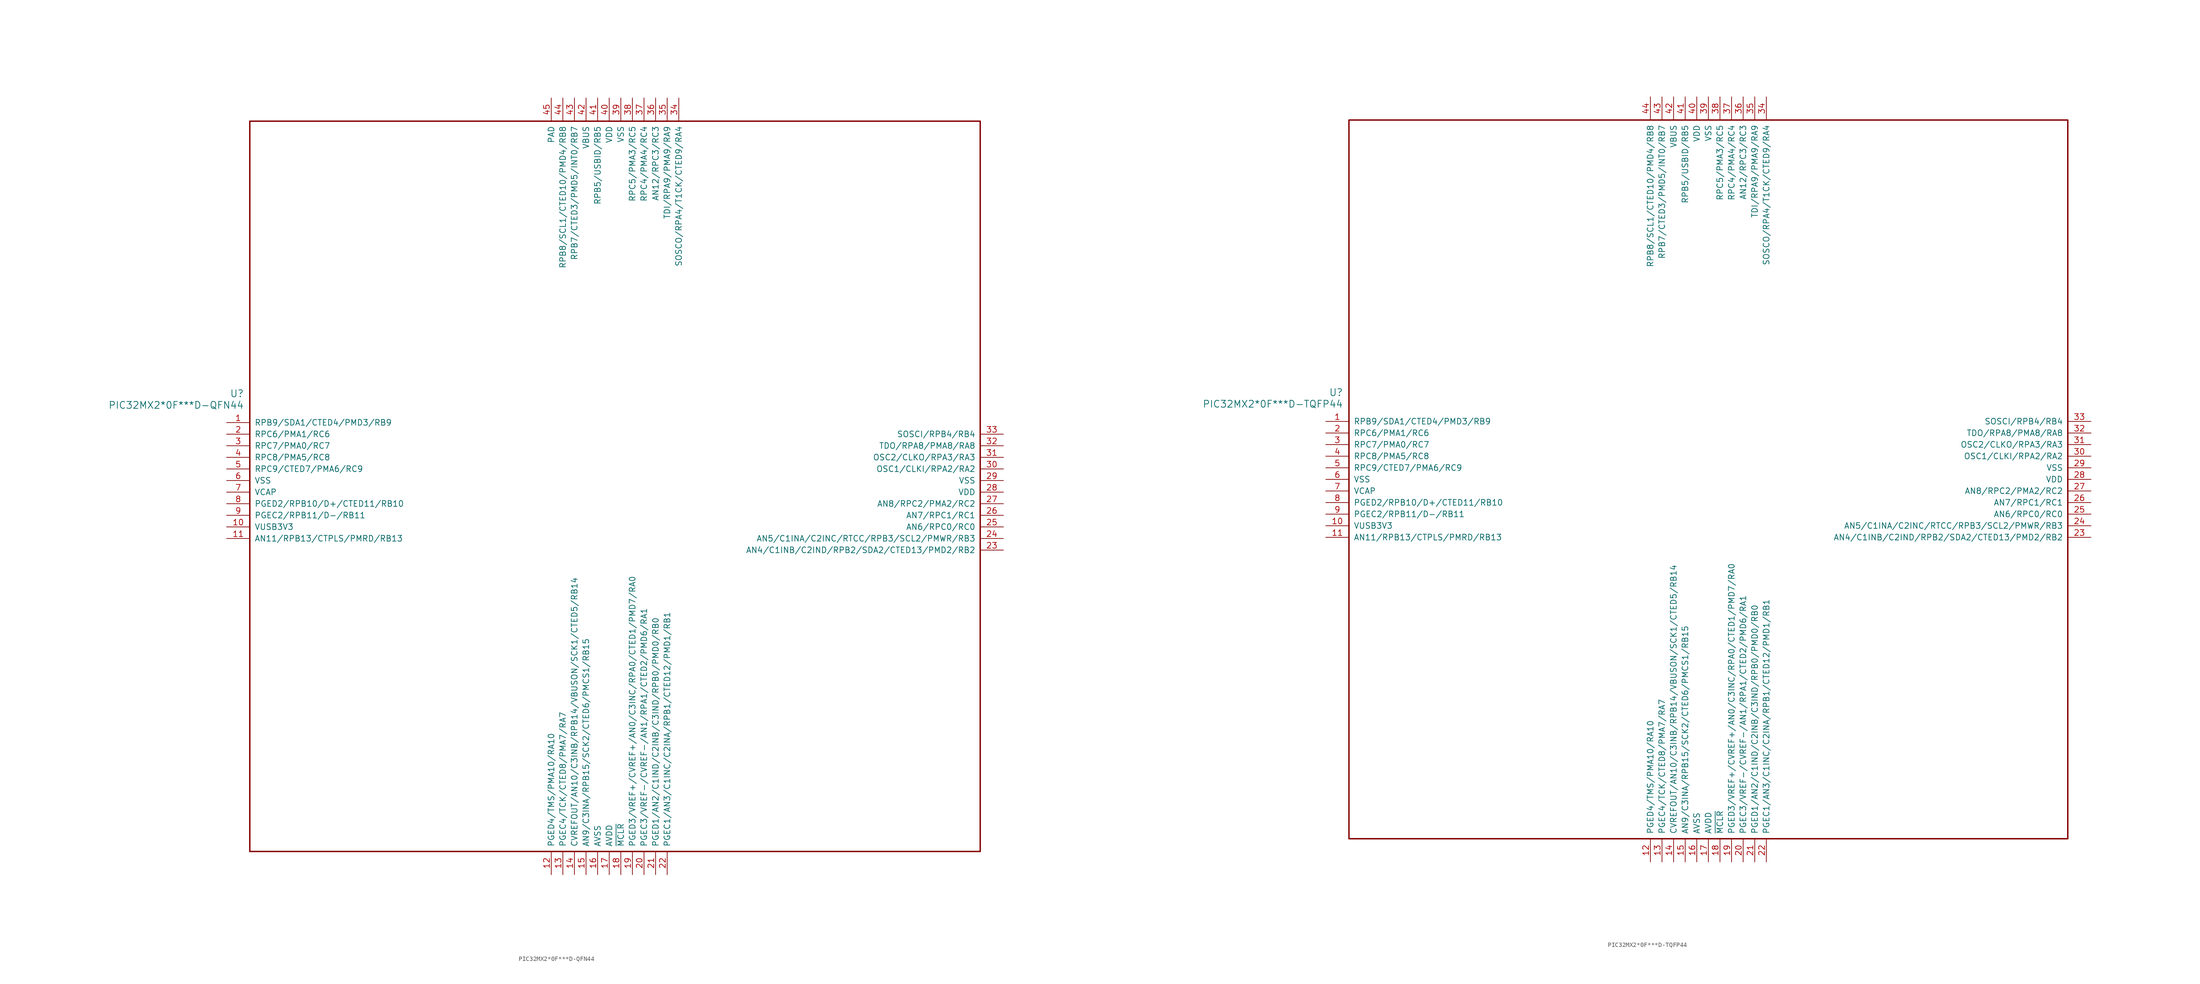
<source format=kicad_sym>
(kicad_symbol_lib
  (version 20241209)
  (generator "kicad_symbol_editor")
  (generator_version "9.0")
  (symbol "PIC32MX2*0F***D-QFN44"
    (pin_names
      (offset 1.016))
    (property "Reference" "U"
      (at 3.81 6.35 0)
      (effects (font (size 1.524 1.524)) (justify right)))
    (property "Value" "PIC32MX2*0F***D-QFN44"
      (at 3.81 3.81 0)
      (effects (font (size 1.524 1.524)) (justify right)))
    (property "ki_locked" ""
      (at 0 0 0)
      (effects (font (size 1.27 1.27))))
    (symbol "PIC32MX2*0F***D-QFN44_1_1"
      (rectangle (start 5.08 66.04) (end 165.1 -93.98) (stroke (width 0.305) (type solid)) (fill (type none)))
      (pin bidirectional line (at 0 0 0) (length 5.08) (name "RPB9/SDA1/CTED4/PMD3/RB9" (effects (font (size 1.27 1.27)))) (number "1" (effects (font (size 1.27 1.27)))))
      (pin bidirectional line (at 0 -2.54 0) (length 5.08) (name "RPC6/PMA1/RC6" (effects (font (size 1.27 1.27)))) (number "2" (effects (font (size 1.27 1.27)))))
      (pin bidirectional line (at 0 -5.08 0) (length 5.08) (name "RPC7/PMA0/RC7" (effects (font (size 1.27 1.27)))) (number "3" (effects (font (size 1.27 1.27)))))
      (pin bidirectional line (at 0 -7.62 0) (length 5.08) (name "RPC8/PMA5/RC8" (effects (font (size 1.27 1.27)))) (number "4" (effects (font (size 1.27 1.27)))))
      (pin bidirectional line (at 0 -10.16 0) (length 5.08) (name "RPC9/CTED7/PMA6/RC9" (effects (font (size 1.27 1.27)))) (number "5" (effects (font (size 1.27 1.27)))))
      (pin power_in line (at 0 -12.7 0) (length 5.08) (name "VSS" (effects (font (size 1.27 1.27)))) (number "6" (effects (font (size 1.27 1.27)))))
      (pin power_out line (at 0 -15.24 0) (length 5.08) (name "VCAP" (effects (font (size 1.27 1.27)))) (number "7" (effects (font (size 1.27 1.27)))))
      (pin bidirectional line (at 0 -17.78 0) (length 5.08) (name "PGED2/RPB10/D+/CTED11/RB10" (effects (font (size 1.27 1.27)))) (number "8" (effects (font (size 1.27 1.27)))))
      (pin bidirectional line (at 0 -20.32 0) (length 5.08) (name "PGEC2/RPB11/D-/RB11" (effects (font (size 1.27 1.27)))) (number "9" (effects (font (size 1.27 1.27)))))
      (pin power_in line (at 0 -22.86 0) (length 5.08) (name "VUSB3V3" (effects (font (size 1.27 1.27)))) (number "10" (effects (font (size 1.27 1.27)))))
      (pin bidirectional line (at 0 -25.4 0) (length 5.08) (name "AN11/RPB13/CTPLS/PMRD/RB13" (effects (font (size 1.27 1.27)))) (number "11" (effects (font (size 1.27 1.27)))))
      (pin power_in line (at 71.12 71.12 270) (length 5.08) (name "PAD" (effects (font (size 1.27 1.27)))) (number "45" (effects (font (size 1.27 1.27)))))
      (pin bidirectional line (at 71.12 -99.06 90) (length 5.08) (name "PGED4/TMS/PMA10/RA10" (effects (font (size 1.27 1.27)))) (number "12" (effects (font (size 1.27 1.27)))))
      (pin bidirectional line (at 73.66 71.12 270) (length 5.08) (name "RPB8/SCL1/CTED10/PMD4/RB8" (effects (font (size 1.27 1.27)))) (number "44" (effects (font (size 1.27 1.27)))))
      (pin bidirectional line (at 73.66 -99.06 90) (length 5.08) (name "PGEC4/TCK/CTED8/PMA7/RA7" (effects (font (size 1.27 1.27)))) (number "13" (effects (font (size 1.27 1.27)))))
      (pin bidirectional line (at 76.2 71.12 270) (length 5.08) (name "RPB7/CTED3/PMD5/INT0/RB7" (effects (font (size 1.27 1.27)))) (number "43" (effects (font (size 1.27 1.27)))))
      (pin bidirectional line (at 76.2 -99.06 90) (length 5.08) (name "CVREFOUT/AN10/C3INB/RPB14/VBUSON/SCK1/CTED5/RB14" (effects (font (size 1.27 1.27)))) (number "14" (effects (font (size 1.27 1.27)))))
      (pin input line (at 78.74 71.12 270) (length 5.08) (name "VBUS" (effects (font (size 1.27 1.27)))) (number "42" (effects (font (size 1.27 1.27)))))
      (pin bidirectional line (at 78.74 -99.06 90) (length 5.08) (name "AN9/C3INA/RPB15/SCK2/CTED6/PMCS1/RB15" (effects (font (size 1.27 1.27)))) (number "15" (effects (font (size 1.27 1.27)))))
      (pin bidirectional line (at 81.28 71.12 270) (length 5.08) (name "RPB5/USBID/RB5" (effects (font (size 1.27 1.27)))) (number "41" (effects (font (size 1.27 1.27)))))
      (pin power_in line (at 81.28 -99.06 90) (length 5.08) (name "AVSS" (effects (font (size 1.27 1.27)))) (number "16" (effects (font (size 1.27 1.27)))))
      (pin power_in line (at 83.82 71.12 270) (length 5.08) (name "VDD" (effects (font (size 1.27 1.27)))) (number "40" (effects (font (size 1.27 1.27)))))
      (pin power_in line (at 83.82 -99.06 90) (length 5.08) (name "AVDD" (effects (font (size 1.27 1.27)))) (number "17" (effects (font (size 1.27 1.27)))))
      (pin power_in line (at 86.36 71.12 270) (length 5.08) (name "VSS" (effects (font (size 1.27 1.27)))) (number "39" (effects (font (size 1.27 1.27)))))
      (pin input line (at 86.36 -99.06 90) (length 5.08) (name "~{MCLR}" (effects (font (size 1.27 1.27)))) (number "18" (effects (font (size 1.27 1.27)))))
      (pin bidirectional line (at 88.9 71.12 270) (length 5.08) (name "RPC5/PMA3/RC5" (effects (font (size 1.27 1.27)))) (number "38" (effects (font (size 1.27 1.27)))))
      (pin bidirectional line (at 88.9 -99.06 90) (length 5.08) (name "PGED3/VREF+/CVREF+/AN0/C3INC/RPA0/CTED1/PMD7/RA0" (effects (font (size 1.27 1.27)))) (number "19" (effects (font (size 1.27 1.27)))))
      (pin bidirectional line (at 91.44 71.12 270) (length 5.08) (name "RPC4/PMA4/RC4" (effects (font (size 1.27 1.27)))) (number "37" (effects (font (size 1.27 1.27)))))
      (pin bidirectional line (at 91.44 -99.06 90) (length 5.08) (name "PGEC3/VREF-/CVREF-/AN1/RPA1/CTED2/PMD6/RA1" (effects (font (size 1.27 1.27)))) (number "20" (effects (font (size 1.27 1.27)))))
      (pin bidirectional line (at 93.98 71.12 270) (length 5.08) (name "AN12/RPC3/RC3" (effects (font (size 1.27 1.27)))) (number "36" (effects (font (size 1.27 1.27)))))
      (pin bidirectional line (at 93.98 -99.06 90) (length 5.08) (name "PGED1/AN2/C1IND/C2INB/C3IND/RPB0/PMD0/RB0" (effects (font (size 1.27 1.27)))) (number "21" (effects (font (size 1.27 1.27)))))
      (pin bidirectional line (at 96.52 71.12 270) (length 5.08) (name "TDI/RPA9/PMA9/RA9" (effects (font (size 1.27 1.27)))) (number "35" (effects (font (size 1.27 1.27)))))
      (pin bidirectional line (at 96.52 -99.06 90) (length 5.08) (name "PGEC1/AN3/C1INC/C2INA/RPB1/CTED12/PMD1/RB1" (effects (font (size 1.27 1.27)))) (number "22" (effects (font (size 1.27 1.27)))))
      (pin bidirectional line (at 99.06 71.12 270) (length 5.08) (name "SOSCO/RPA4/T1CK/CTED9/RA4" (effects (font (size 1.27 1.27)))) (number "34" (effects (font (size 1.27 1.27)))))
      (pin bidirectional line (at 170.18 -2.54 180) (length 5.08) (name "SOSCI/RPB4/RB4" (effects (font (size 1.27 1.27)))) (number "33" (effects (font (size 1.27 1.27)))))
      (pin bidirectional line (at 170.18 -5.08 180) (length 5.08) (name "TDO/RPA8/PMA8/RA8" (effects (font (size 1.27 1.27)))) (number "32" (effects (font (size 1.27 1.27)))))
      (pin bidirectional line (at 170.18 -7.62 180) (length 5.08) (name "OSC2/CLKO/RPA3/RA3" (effects (font (size 1.27 1.27)))) (number "31" (effects (font (size 1.27 1.27)))))
      (pin bidirectional line (at 170.18 -10.16 180) (length 5.08) (name "OSC1/CLKI/RPA2/RA2" (effects (font (size 1.27 1.27)))) (number "30" (effects (font (size 1.27 1.27)))))
      (pin power_in line (at 170.18 -12.7 180) (length 5.08) (name "VSS" (effects (font (size 1.27 1.27)))) (number "29" (effects (font (size 1.27 1.27)))))
      (pin power_in line (at 170.18 -15.24 180) (length 5.08) (name "VDD" (effects (font (size 1.27 1.27)))) (number "28" (effects (font (size 1.27 1.27)))))
      (pin bidirectional line (at 170.18 -17.78 180) (length 5.08) (name "AN8/RPC2/PMA2/RC2" (effects (font (size 1.27 1.27)))) (number "27" (effects (font (size 1.27 1.27)))))
      (pin bidirectional line (at 170.18 -20.32 180) (length 5.08) (name "AN7/RPC1/RC1" (effects (font (size 1.27 1.27)))) (number "26" (effects (font (size 1.27 1.27)))))
      (pin bidirectional line (at 170.18 -22.86 180) (length 5.08) (name "AN6/RPC0/RC0" (effects (font (size 1.27 1.27)))) (number "25" (effects (font (size 1.27 1.27)))))
      (pin bidirectional line (at 170.18 -25.4 180) (length 5.08) (name "AN5/C1INA/C2INC/RTCC/RPB3/SCL2/PMWR/RB3" (effects (font (size 1.27 1.27)))) (number "24" (effects (font (size 1.27 1.27)))))
      (pin bidirectional line (at 170.18 -27.94 180) (length 5.08) (name "AN4/C1INB/C2IND/RPB2/SDA2/CTED13/PMD2/RB2" (effects (font (size 1.27 1.27)))) (number "23" (effects (font (size 1.27 1.27)))))))
  (symbol "PIC32MX2*0F***D-TQFP44"
    (pin_names
      (offset 1.016))
    (property "Reference" "U"
      (at 3.81 6.35 0)
      (effects (font (size 1.524 1.524)) (justify right)))
    (property "Value" "PIC32MX2*0F***D-TQFP44"
      (at 3.81 3.81 0)
      (effects (font (size 1.524 1.524)) (justify right)))
    (property "ki_locked" ""
      (at 0 0 0)
      (effects (font (size 1.27 1.27))))
    (symbol "PIC32MX2*0F***D-TQFP44_1_1"
      (rectangle (start 5.08 66.04) (end 162.56 -91.44) (stroke (width 0.305) (type solid)) (fill (type none)))
      (pin bidirectional line (at 0 0 0) (length 5.08) (name "RPB9/SDA1/CTED4/PMD3/RB9" (effects (font (size 1.27 1.27)))) (number "1" (effects (font (size 1.27 1.27)))))
      (pin bidirectional line (at 0 -2.54 0) (length 5.08) (name "RPC6/PMA1/RC6" (effects (font (size 1.27 1.27)))) (number "2" (effects (font (size 1.27 1.27)))))
      (pin bidirectional line (at 0 -5.08 0) (length 5.08) (name "RPC7/PMA0/RC7" (effects (font (size 1.27 1.27)))) (number "3" (effects (font (size 1.27 1.27)))))
      (pin bidirectional line (at 0 -7.62 0) (length 5.08) (name "RPC8/PMA5/RC8" (effects (font (size 1.27 1.27)))) (number "4" (effects (font (size 1.27 1.27)))))
      (pin bidirectional line (at 0 -10.16 0) (length 5.08) (name "RPC9/CTED7/PMA6/RC9" (effects (font (size 1.27 1.27)))) (number "5" (effects (font (size 1.27 1.27)))))
      (pin power_in line (at 0 -12.7 0) (length 5.08) (name "VSS" (effects (font (size 1.27 1.27)))) (number "6" (effects (font (size 1.27 1.27)))))
      (pin power_out line (at 0 -15.24 0) (length 5.08) (name "VCAP" (effects (font (size 1.27 1.27)))) (number "7" (effects (font (size 1.27 1.27)))))
      (pin bidirectional line (at 0 -17.78 0) (length 5.08) (name "PGED2/RPB10/D+/CTED11/RB10" (effects (font (size 1.27 1.27)))) (number "8" (effects (font (size 1.27 1.27)))))
      (pin bidirectional line (at 0 -20.32 0) (length 5.08) (name "PGEC2/RPB11/D-/RB11" (effects (font (size 1.27 1.27)))) (number "9" (effects (font (size 1.27 1.27)))))
      (pin power_in line (at 0 -22.86 0) (length 5.08) (name "VUSB3V3" (effects (font (size 1.27 1.27)))) (number "10" (effects (font (size 1.27 1.27)))))
      (pin bidirectional line (at 0 -25.4 0) (length 5.08) (name "AN11/RPB13/CTPLS/PMRD/RB13" (effects (font (size 1.27 1.27)))) (number "11" (effects (font (size 1.27 1.27)))))
      (pin bidirectional line (at 71.12 71.12 270) (length 5.08) (name "RPB8/SCL1/CTED10/PMD4/RB8" (effects (font (size 1.27 1.27)))) (number "44" (effects (font (size 1.27 1.27)))))
      (pin bidirectional line (at 71.12 -96.52 90) (length 5.08) (name "PGED4/TMS/PMA10/RA10" (effects (font (size 1.27 1.27)))) (number "12" (effects (font (size 1.27 1.27)))))
      (pin bidirectional line (at 73.66 71.12 270) (length 5.08) (name "RPB7/CTED3/PMD5/INT0/RB7" (effects (font (size 1.27 1.27)))) (number "43" (effects (font (size 1.27 1.27)))))
      (pin bidirectional line (at 73.66 -96.52 90) (length 5.08) (name "PGEC4/TCK/CTED8/PMA7/RA7" (effects (font (size 1.27 1.27)))) (number "13" (effects (font (size 1.27 1.27)))))
      (pin input line (at 76.2 71.12 270) (length 5.08) (name "VBUS" (effects (font (size 1.27 1.27)))) (number "42" (effects (font (size 1.27 1.27)))))
      (pin bidirectional line (at 76.2 -96.52 90) (length 5.08) (name "CVREFOUT/AN10/C3INB/RPB14/VBUSON/SCK1/CTED5/RB14" (effects (font (size 1.27 1.27)))) (number "14" (effects (font (size 1.27 1.27)))))
      (pin bidirectional line (at 78.74 71.12 270) (length 5.08) (name "RPB5/USBID/RB5" (effects (font (size 1.27 1.27)))) (number "41" (effects (font (size 1.27 1.27)))))
      (pin bidirectional line (at 78.74 -96.52 90) (length 5.08) (name "AN9/C3INA/RPB15/SCK2/CTED6/PMCS1/RB15" (effects (font (size 1.27 1.27)))) (number "15" (effects (font (size 1.27 1.27)))))
      (pin power_in line (at 81.28 71.12 270) (length 5.08) (name "VDD" (effects (font (size 1.27 1.27)))) (number "40" (effects (font (size 1.27 1.27)))))
      (pin power_in line (at 81.28 -96.52 90) (length 5.08) (name "AVSS" (effects (font (size 1.27 1.27)))) (number "16" (effects (font (size 1.27 1.27)))))
      (pin power_in line (at 83.82 71.12 270) (length 5.08) (name "VSS" (effects (font (size 1.27 1.27)))) (number "39" (effects (font (size 1.27 1.27)))))
      (pin power_in line (at 83.82 -96.52 90) (length 5.08) (name "AVDD" (effects (font (size 1.27 1.27)))) (number "17" (effects (font (size 1.27 1.27)))))
      (pin bidirectional line (at 86.36 71.12 270) (length 5.08) (name "RPC5/PMA3/RC5" (effects (font (size 1.27 1.27)))) (number "38" (effects (font (size 1.27 1.27)))))
      (pin input line (at 86.36 -96.52 90) (length 5.08) (name "~{MCLR}" (effects (font (size 1.27 1.27)))) (number "18" (effects (font (size 1.27 1.27)))))
      (pin bidirectional line (at 88.9 71.12 270) (length 5.08) (name "RPC4/PMA4/RC4" (effects (font (size 1.27 1.27)))) (number "37" (effects (font (size 1.27 1.27)))))
      (pin bidirectional line (at 88.9 -96.52 90) (length 5.08) (name "PGED3/VREF+/CVREF+/AN0/C3INC/RPA0/CTED1/PMD7/RA0" (effects (font (size 1.27 1.27)))) (number "19" (effects (font (size 1.27 1.27)))))
      (pin bidirectional line (at 91.44 71.12 270) (length 5.08) (name "AN12/RPC3/RC3" (effects (font (size 1.27 1.27)))) (number "36" (effects (font (size 1.27 1.27)))))
      (pin bidirectional line (at 91.44 -96.52 90) (length 5.08) (name "PGEC3/VREF-/CVREF-/AN1/RPA1/CTED2/PMD6/RA1" (effects (font (size 1.27 1.27)))) (number "20" (effects (font (size 1.27 1.27)))))
      (pin bidirectional line (at 93.98 71.12 270) (length 5.08) (name "TDI/RPA9/PMA9/RA9" (effects (font (size 1.27 1.27)))) (number "35" (effects (font (size 1.27 1.27)))))
      (pin bidirectional line (at 93.98 -96.52 90) (length 5.08) (name "PGED1/AN2/C1IND/C2INB/C3IND/RPB0/PMD0/RB0" (effects (font (size 1.27 1.27)))) (number "21" (effects (font (size 1.27 1.27)))))
      (pin bidirectional line (at 96.52 71.12 270) (length 5.08) (name "SOSCO/RPA4/T1CK/CTED9/RA4" (effects (font (size 1.27 1.27)))) (number "34" (effects (font (size 1.27 1.27)))))
      (pin bidirectional line (at 96.52 -96.52 90) (length 5.08) (name "PGEC1/AN3/C1INC/C2INA/RPB1/CTED12/PMD1/RB1" (effects (font (size 1.27 1.27)))) (number "22" (effects (font (size 1.27 1.27)))))
      (pin bidirectional line (at 167.64 0 180) (length 5.08) (name "SOSCI/RPB4/RB4" (effects (font (size 1.27 1.27)))) (number "33" (effects (font (size 1.27 1.27)))))
      (pin bidirectional line (at 167.64 -2.54 180) (length 5.08) (name "TDO/RPA8/PMA8/RA8" (effects (font (size 1.27 1.27)))) (number "32" (effects (font (size 1.27 1.27)))))
      (pin bidirectional line (at 167.64 -5.08 180) (length 5.08) (name "OSC2/CLKO/RPA3/RA3" (effects (font (size 1.27 1.27)))) (number "31" (effects (font (size 1.27 1.27)))))
      (pin bidirectional line (at 167.64 -7.62 180) (length 5.08) (name "OSC1/CLKI/RPA2/RA2" (effects (font (size 1.27 1.27)))) (number "30" (effects (font (size 1.27 1.27)))))
      (pin power_in line (at 167.64 -10.16 180) (length 5.08) (name "VSS" (effects (font (size 1.27 1.27)))) (number "29" (effects (font (size 1.27 1.27)))))
      (pin power_in line (at 167.64 -12.7 180) (length 5.08) (name "VDD" (effects (font (size 1.27 1.27)))) (number "28" (effects (font (size 1.27 1.27)))))
      (pin bidirectional line (at 167.64 -15.24 180) (length 5.08) (name "AN8/RPC2/PMA2/RC2" (effects (font (size 1.27 1.27)))) (number "27" (effects (font (size 1.27 1.27)))))
      (pin bidirectional line (at 167.64 -17.78 180) (length 5.08) (name "AN7/RPC1/RC1" (effects (font (size 1.27 1.27)))) (number "26" (effects (font (size 1.27 1.27)))))
      (pin bidirectional line (at 167.64 -20.32 180) (length 5.08) (name "AN6/RPC0/RC0" (effects (font (size 1.27 1.27)))) (number "25" (effects (font (size 1.27 1.27)))))
      (pin bidirectional line (at 167.64 -22.86 180) (length 5.08) (name "AN5/C1INA/C2INC/RTCC/RPB3/SCL2/PMWR/RB3" (effects (font (size 1.27 1.27)))) (number "24" (effects (font (size 1.27 1.27)))))
      (pin bidirectional line (at 167.64 -25.4 180) (length 5.08) (name "AN4/C1INB/C2IND/RPB2/SDA2/CTED13/PMD2/RB2" (effects (font (size 1.27 1.27)))) (number "23" (effects (font (size 1.27 1.27))))))))
</source>
